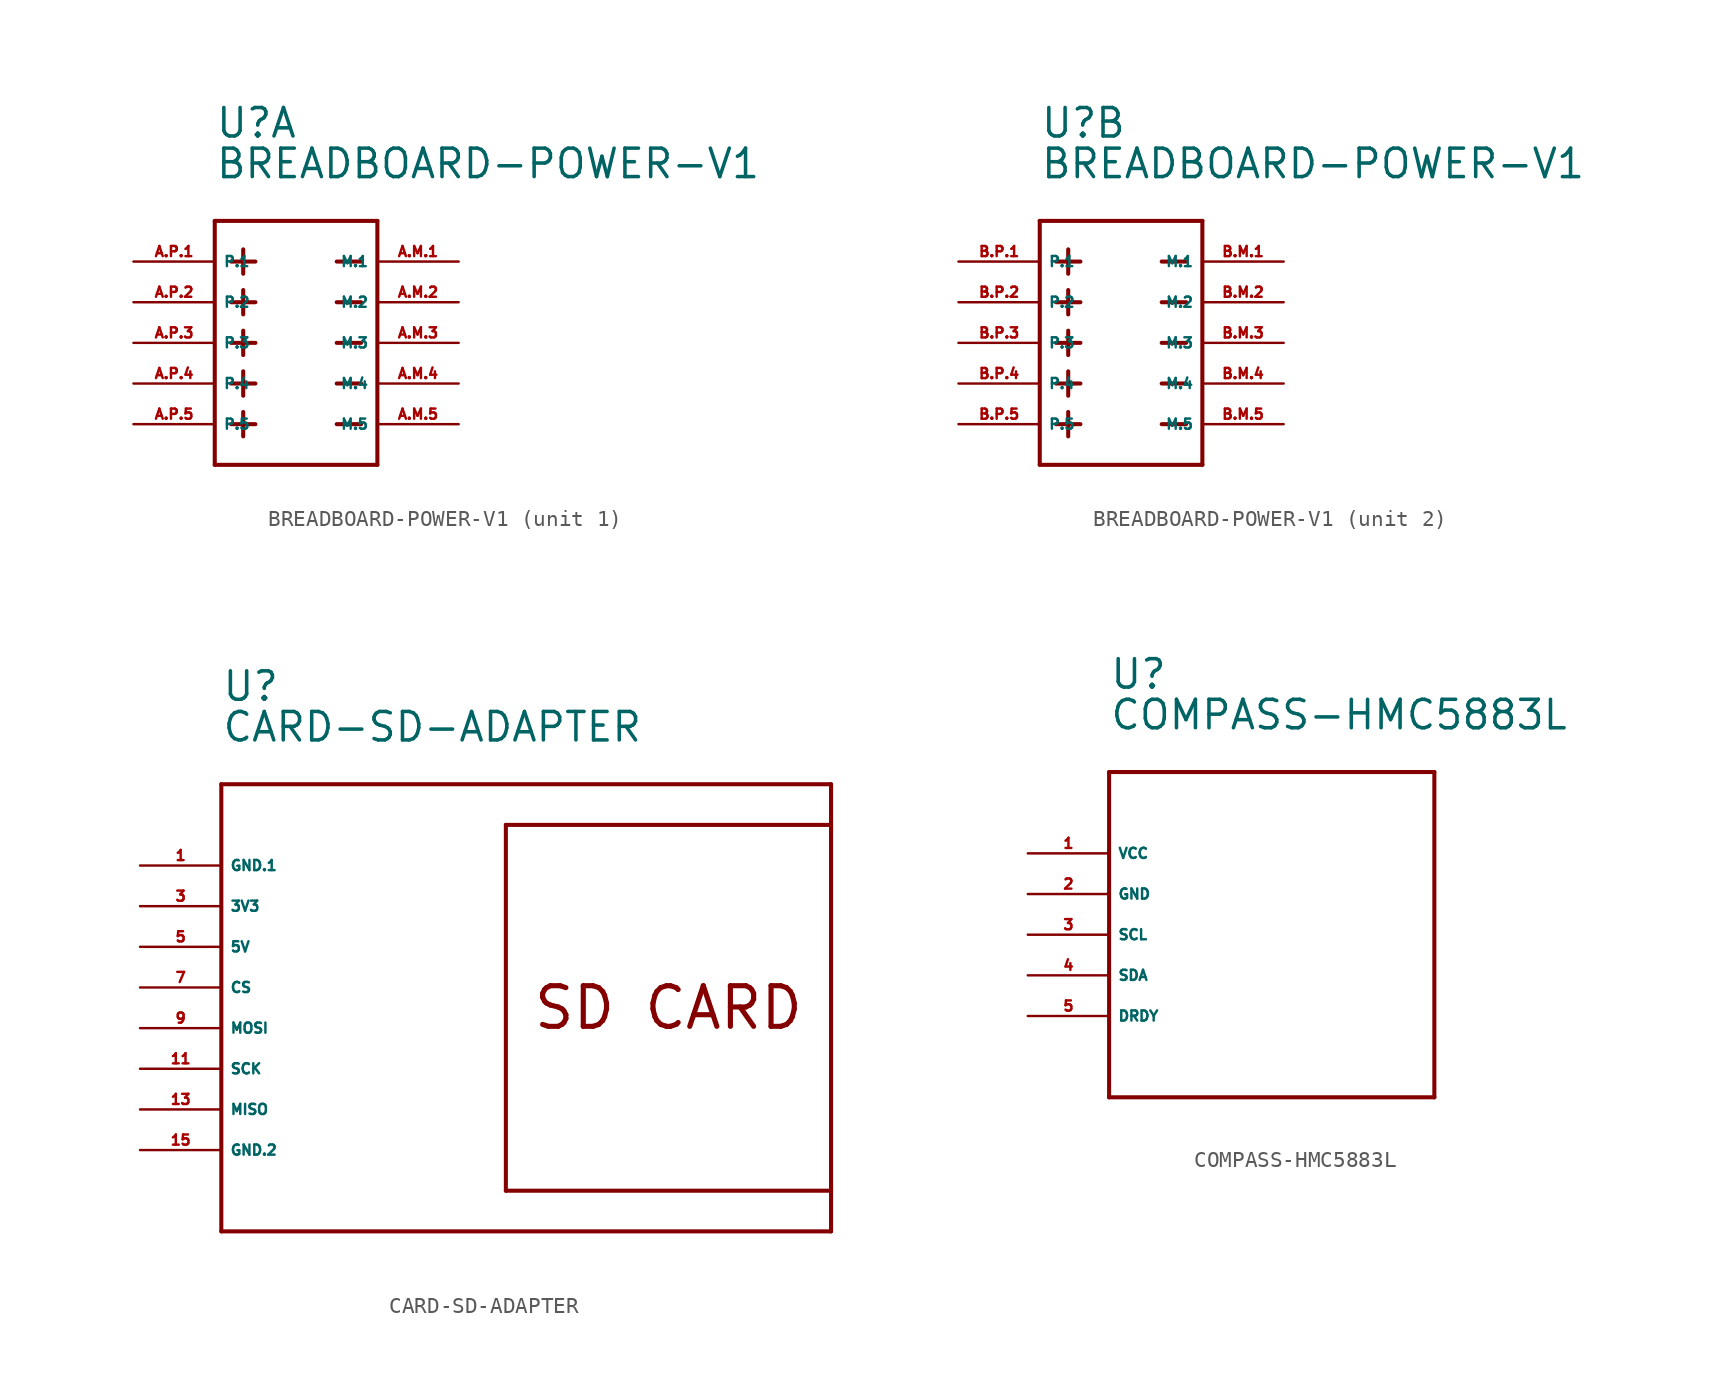
<source format=kicad_sym>
(kicad_symbol_lib
  (version 20220914)
  (generator Eagle2Kicad)
  (symbol "BREADBOARD-POWER-V1"
    (property "Reference" "U"
      (at -5.08 12.7 0)
      (effects (font (size 1.778 1.778) (thickness 0.22)) (justify left bottom)))
    (property "Value" "BREADBOARD-POWER-V1"
      (at -5.08 10.16 0)
      (effects (font (size 1.778 1.778) (thickness 0.22)) (justify left bottom)))
    (symbol "BREADBOARD-POWER-V1_1_0"
      (polyline (pts (xy -5.08 7.62) (xy -5.08 -7.62)) (stroke (width 0.254) (type default)) (fill (type none)))
      (polyline (pts (xy -5.08 -7.62) (xy 5.08 -7.62)) (stroke (width 0.254) (type default)) (fill (type none)))
      (polyline (pts (xy 5.08 -7.62) (xy 5.08 7.62)) (stroke (width 0.254) (type default)) (fill (type none)))
      (polyline (pts (xy 5.08 7.62) (xy -5.08 7.62)) (stroke (width 0.254) (type default)) (fill (type none)))
      (polyline (pts (xy -2.54 5.08) (xy -4.064 5.08)) (stroke (width 0.254) (type default)) (fill (type none)))
      (polyline (pts (xy -3.302 4.318) (xy -3.302 5.842)) (stroke (width 0.254) (type default)) (fill (type none)))
      (polyline (pts (xy -2.54 2.54) (xy -4.064 2.54)) (stroke (width 0.254) (type default)) (fill (type none)))
      (polyline (pts (xy -3.302 1.778) (xy -3.302 3.302)) (stroke (width 0.254) (type default)) (fill (type none)))
      (polyline (pts (xy -2.54 0) (xy -4.064 0)) (stroke (width 0.254) (type default)) (fill (type none)))
      (polyline (pts (xy -3.302 -0.762) (xy -3.302 0.762)) (stroke (width 0.254) (type default)) (fill (type none)))
      (polyline (pts (xy -2.54 -2.54) (xy -4.064 -2.54)) (stroke (width 0.254) (type default)) (fill (type none)))
      (polyline (pts (xy -3.302 -3.302) (xy -3.302 -1.778)) (stroke (width 0.254) (type default)) (fill (type none)))
      (polyline (pts (xy -2.54 -5.08) (xy -4.064 -5.08)) (stroke (width 0.254) (type default)) (fill (type none)))
      (polyline (pts (xy -3.302 -5.842) (xy -3.302 -4.318)) (stroke (width 0.254) (type default)) (fill (type none)))
      (polyline (pts (xy 2.54 5.08) (xy 4.064 5.08)) (stroke (width 0.254) (type default)) (fill (type none)))
      (polyline (pts (xy 2.54 2.54) (xy 4.064 2.54)) (stroke (width 0.254) (type default)) (fill (type none)))
      (polyline (pts (xy 2.54 0) (xy 4.064 0)) (stroke (width 0.254) (type default)) (fill (type none)))
      (polyline (pts (xy 2.54 -2.54) (xy 4.064 -2.54)) (stroke (width 0.254) (type default)) (fill (type none)))
      (polyline (pts (xy 2.54 -5.08) (xy 4.064 -5.08)) (stroke (width 0.254) (type default)) (fill (type none)))
      (pin bidirectional line (at -10.16 5.08 0) (length 5.08) (name "P.1" (effects (font (size 0.635 0.635) (thickness 0.08)) (justify left bottom))) (number "A.P.1" (effects (font (size 0.635 0.635) (thickness 0.08)) (justify left bottom))))
      (pin bidirectional line (at -10.16 2.54 0) (length 5.08) (name "P.2" (effects (font (size 0.635 0.635) (thickness 0.08)) (justify left bottom))) (number "A.P.2" (effects (font (size 0.635 0.635) (thickness 0.08)) (justify left bottom))))
      (pin bidirectional line (at -10.16 0 0) (length 5.08) (name "P.3" (effects (font (size 0.635 0.635) (thickness 0.08)) (justify left bottom))) (number "A.P.3" (effects (font (size 0.635 0.635) (thickness 0.08)) (justify left bottom))))
      (pin bidirectional line (at -10.16 -2.54 0) (length 5.08) (name "P.4" (effects (font (size 0.635 0.635) (thickness 0.08)) (justify left bottom))) (number "A.P.4" (effects (font (size 0.635 0.635) (thickness 0.08)) (justify left bottom))))
      (pin bidirectional line (at -10.16 -5.08 0) (length 5.08) (name "P.5" (effects (font (size 0.635 0.635) (thickness 0.08)) (justify left bottom))) (number "A.P.5" (effects (font (size 0.635 0.635) (thickness 0.08)) (justify left bottom))))
      (pin bidirectional line (at 10.16 5.08 180) (length 5.08) (name "M.1" (effects (font (size 0.635 0.635) (thickness 0.08)) (justify left bottom))) (number "A.M.1" (effects (font (size 0.635 0.635) (thickness 0.08)) (justify left bottom))))
      (pin bidirectional line (at 10.16 2.54 180) (length 5.08) (name "M.2" (effects (font (size 0.635 0.635) (thickness 0.08)) (justify left bottom))) (number "A.M.2" (effects (font (size 0.635 0.635) (thickness 0.08)) (justify left bottom))))
      (pin bidirectional line (at 10.16 0 180) (length 5.08) (name "M.3" (effects (font (size 0.635 0.635) (thickness 0.08)) (justify left bottom))) (number "A.M.3" (effects (font (size 0.635 0.635) (thickness 0.08)) (justify left bottom))))
      (pin bidirectional line (at 10.16 -2.54 180) (length 5.08) (name "M.4" (effects (font (size 0.635 0.635) (thickness 0.08)) (justify left bottom))) (number "A.M.4" (effects (font (size 0.635 0.635) (thickness 0.08)) (justify left bottom))))
      (pin bidirectional line (at 10.16 -5.08 180) (length 5.08) (name "M.5" (effects (font (size 0.635 0.635) (thickness 0.08)) (justify left bottom))) (number "A.M.5" (effects (font (size 0.635 0.635) (thickness 0.08)) (justify left bottom)))))
    (symbol "BREADBOARD-POWER-V1_2_0"
      (polyline (pts (xy -5.08 7.62) (xy -5.08 -7.62)) (stroke (width 0.254) (type default)) (fill (type none)))
      (polyline (pts (xy -5.08 -7.62) (xy 5.08 -7.62)) (stroke (width 0.254) (type default)) (fill (type none)))
      (polyline (pts (xy 5.08 -7.62) (xy 5.08 7.62)) (stroke (width 0.254) (type default)) (fill (type none)))
      (polyline (pts (xy 5.08 7.62) (xy -5.08 7.62)) (stroke (width 0.254) (type default)) (fill (type none)))
      (polyline (pts (xy -2.54 5.08) (xy -4.064 5.08)) (stroke (width 0.254) (type default)) (fill (type none)))
      (polyline (pts (xy -3.302 4.318) (xy -3.302 5.842)) (stroke (width 0.254) (type default)) (fill (type none)))
      (polyline (pts (xy -2.54 2.54) (xy -4.064 2.54)) (stroke (width 0.254) (type default)) (fill (type none)))
      (polyline (pts (xy -3.302 1.778) (xy -3.302 3.302)) (stroke (width 0.254) (type default)) (fill (type none)))
      (polyline (pts (xy -2.54 0) (xy -4.064 0)) (stroke (width 0.254) (type default)) (fill (type none)))
      (polyline (pts (xy -3.302 -0.762) (xy -3.302 0.762)) (stroke (width 0.254) (type default)) (fill (type none)))
      (polyline (pts (xy -2.54 -2.54) (xy -4.064 -2.54)) (stroke (width 0.254) (type default)) (fill (type none)))
      (polyline (pts (xy -3.302 -3.302) (xy -3.302 -1.778)) (stroke (width 0.254) (type default)) (fill (type none)))
      (polyline (pts (xy -2.54 -5.08) (xy -4.064 -5.08)) (stroke (width 0.254) (type default)) (fill (type none)))
      (polyline (pts (xy -3.302 -5.842) (xy -3.302 -4.318)) (stroke (width 0.254) (type default)) (fill (type none)))
      (polyline (pts (xy 2.54 5.08) (xy 4.064 5.08)) (stroke (width 0.254) (type default)) (fill (type none)))
      (polyline (pts (xy 2.54 2.54) (xy 4.064 2.54)) (stroke (width 0.254) (type default)) (fill (type none)))
      (polyline (pts (xy 2.54 0) (xy 4.064 0)) (stroke (width 0.254) (type default)) (fill (type none)))
      (polyline (pts (xy 2.54 -2.54) (xy 4.064 -2.54)) (stroke (width 0.254) (type default)) (fill (type none)))
      (polyline (pts (xy 2.54 -5.08) (xy 4.064 -5.08)) (stroke (width 0.254) (type default)) (fill (type none)))
      (pin bidirectional line (at -10.16 5.08 0) (length 5.08) (name "P.1" (effects (font (size 0.635 0.635) (thickness 0.08)) (justify left bottom))) (number "B.P.1" (effects (font (size 0.635 0.635) (thickness 0.08)) (justify left bottom))))
      (pin bidirectional line (at -10.16 2.54 0) (length 5.08) (name "P.2" (effects (font (size 0.635 0.635) (thickness 0.08)) (justify left bottom))) (number "B.P.2" (effects (font (size 0.635 0.635) (thickness 0.08)) (justify left bottom))))
      (pin bidirectional line (at -10.16 0 0) (length 5.08) (name "P.3" (effects (font (size 0.635 0.635) (thickness 0.08)) (justify left bottom))) (number "B.P.3" (effects (font (size 0.635 0.635) (thickness 0.08)) (justify left bottom))))
      (pin bidirectional line (at -10.16 -2.54 0) (length 5.08) (name "P.4" (effects (font (size 0.635 0.635) (thickness 0.08)) (justify left bottom))) (number "B.P.4" (effects (font (size 0.635 0.635) (thickness 0.08)) (justify left bottom))))
      (pin bidirectional line (at -10.16 -5.08 0) (length 5.08) (name "P.5" (effects (font (size 0.635 0.635) (thickness 0.08)) (justify left bottom))) (number "B.P.5" (effects (font (size 0.635 0.635) (thickness 0.08)) (justify left bottom))))
      (pin bidirectional line (at 10.16 5.08 180) (length 5.08) (name "M.1" (effects (font (size 0.635 0.635) (thickness 0.08)) (justify left bottom))) (number "B.M.1" (effects (font (size 0.635 0.635) (thickness 0.08)) (justify left bottom))))
      (pin bidirectional line (at 10.16 2.54 180) (length 5.08) (name "M.2" (effects (font (size 0.635 0.635) (thickness 0.08)) (justify left bottom))) (number "B.M.2" (effects (font (size 0.635 0.635) (thickness 0.08)) (justify left bottom))))
      (pin bidirectional line (at 10.16 0 180) (length 5.08) (name "M.3" (effects (font (size 0.635 0.635) (thickness 0.08)) (justify left bottom))) (number "B.M.3" (effects (font (size 0.635 0.635) (thickness 0.08)) (justify left bottom))))
      (pin bidirectional line (at 10.16 -2.54 180) (length 5.08) (name "M.4" (effects (font (size 0.635 0.635) (thickness 0.08)) (justify left bottom))) (number "B.M.4" (effects (font (size 0.635 0.635) (thickness 0.08)) (justify left bottom))))
      (pin bidirectional line (at 10.16 -5.08 180) (length 5.08) (name "M.5" (effects (font (size 0.635 0.635) (thickness 0.08)) (justify left bottom))) (number "B.M.5" (effects (font (size 0.635 0.635) (thickness 0.08)) (justify left bottom))))))
  (symbol "CARD-SD-ADAPTER"
    (property "Reference" "U"
      (at -17.78 20.32 0)
      (effects (font (size 1.778 1.778) (thickness 0.22)) (justify left bottom)))
    (property "Value" "CARD-SD-ADAPTER"
      (at -17.78 17.78 0)
      (effects (font (size 1.778 1.778) (thickness 0.22)) (justify left bottom)))
    (polyline
      (pts (xy -17.78 15.24) (xy 20.32 15.24))
      (stroke (width 0.254) (type default))
      (fill (type none)))
    (polyline
      (pts (xy 20.32 15.24) (xy 20.32 12.7))
      (stroke (width 0.254) (type default))
      (fill (type none)))
    (polyline
      (pts (xy 20.32 12.7) (xy 20.32 -10.16))
      (stroke (width 0.254) (type default))
      (fill (type none)))
    (polyline
      (pts (xy 20.32 -10.16) (xy 20.32 -12.7))
      (stroke (width 0.254) (type default))
      (fill (type none)))
    (polyline
      (pts (xy 20.32 -12.7) (xy -17.78 -12.7))
      (stroke (width 0.254) (type default))
      (fill (type none)))
    (polyline
      (pts (xy -17.78 -12.7) (xy -17.78 15.24))
      (stroke (width 0.254) (type default))
      (fill (type none)))
    (polyline
      (pts (xy 20.32 12.7) (xy 0 12.7))
      (stroke (width 0.254) (type default))
      (fill (type none)))
    (polyline
      (pts (xy 0 12.7) (xy 0 -10.16))
      (stroke (width 0.254) (type default))
      (fill (type none)))
    (polyline
      (pts (xy 0 -10.16) (xy 20.32 -10.16))
      (stroke (width 0.254) (type default))
      (fill (type none)))
    (text "SD CARD"
      (at 10.16 1.27 0)
      (effects (font (size 2.54 2.54) (thickness 0.32))))
    (pin unspecified line
      (at -22.86 10.16 0)
      (length 5.08)
      (name "GND.1" (effects (font (size 0.635 0.635) (thickness 0.08)) (justify left bottom)))
      (number "1" (effects (font (size 0.635 0.635) (thickness 0.08)) (justify left bottom))))
    (pin unspecified line
      (at -22.86 7.62 0)
      (length 5.08)
      (name "3V3" (effects (font (size 0.635 0.635) (thickness 0.08)) (justify left bottom)))
      (number "3" (effects (font (size 0.635 0.635) (thickness 0.08)) (justify left bottom))))
    (pin unspecified line
      (at -22.86 5.08 0)
      (length 5.08)
      (name "5V" (effects (font (size 0.635 0.635) (thickness 0.08)) (justify left bottom)))
      (number "5" (effects (font (size 0.635 0.635) (thickness 0.08)) (justify left bottom))))
    (pin bidirectional line
      (at -22.86 2.54 0)
      (length 5.08)
      (name "CS" (effects (font (size 0.635 0.635) (thickness 0.08)) (justify left bottom)))
      (number "7" (effects (font (size 0.635 0.635) (thickness 0.08)) (justify left bottom))))
    (pin bidirectional line
      (at -22.86 0 0)
      (length 5.08)
      (name "MOSI" (effects (font (size 0.635 0.635) (thickness 0.08)) (justify left bottom)))
      (number "9" (effects (font (size 0.635 0.635) (thickness 0.08)) (justify left bottom))))
    (pin bidirectional line
      (at -22.86 -2.54 0)
      (length 5.08)
      (name "SCK" (effects (font (size 0.635 0.635) (thickness 0.08)) (justify left bottom)))
      (number "11" (effects (font (size 0.635 0.635) (thickness 0.08)) (justify left bottom))))
    (pin bidirectional line
      (at -22.86 -5.08 0)
      (length 5.08)
      (name "MISO" (effects (font (size 0.635 0.635) (thickness 0.08)) (justify left bottom)))
      (number "13" (effects (font (size 0.635 0.635) (thickness 0.08)) (justify left bottom))))
    (pin unspecified line
      (at -22.86 -7.62 0)
      (length 5.08)
      (name "GND.2" (effects (font (size 0.635 0.635) (thickness 0.08)) (justify left bottom)))
      (number "15" (effects (font (size 0.635 0.635) (thickness 0.08)) (justify left bottom)))))
  (symbol "COMPASS-HMC5883L"
    (property "Reference" "U"
      (at -10.16 15.24 0)
      (effects (font (size 1.778 1.778) (thickness 0.22)) (justify left bottom)))
    (property "Value" "COMPASS-HMC5883L"
      (at -10.16 12.7 0)
      (effects (font (size 1.778 1.778) (thickness 0.22)) (justify left bottom)))
    (polyline
      (pts (xy -10.16 10.16) (xy 10.16 10.16))
      (stroke (width 0.254) (type default))
      (fill (type none)))
    (polyline
      (pts (xy 10.16 10.16) (xy 10.16 -10.16))
      (stroke (width 0.254) (type default))
      (fill (type none)))
    (polyline
      (pts (xy 10.16 -10.16) (xy -10.16 -10.16))
      (stroke (width 0.254) (type default))
      (fill (type none)))
    (polyline
      (pts (xy -10.16 -10.16) (xy -10.16 10.16))
      (stroke (width 0.254) (type default))
      (fill (type none)))
    (pin unspecified line
      (at -15.24 5.08 0)
      (length 5.08)
      (name "VCC" (effects (font (size 0.635 0.635) (thickness 0.08)) (justify left bottom)))
      (number "1" (effects (font (size 0.635 0.635) (thickness 0.08)) (justify left bottom))))
    (pin unspecified line
      (at -15.24 2.54 0)
      (length 5.08)
      (name "GND" (effects (font (size 0.635 0.635) (thickness 0.08)) (justify left bottom)))
      (number "2" (effects (font (size 0.635 0.635) (thickness 0.08)) (justify left bottom))))
    (pin bidirectional line
      (at -15.24 0 0)
      (length 5.08)
      (name "SCL" (effects (font (size 0.635 0.635) (thickness 0.08)) (justify left bottom)))
      (number "3" (effects (font (size 0.635 0.635) (thickness 0.08)) (justify left bottom))))
    (pin bidirectional line
      (at -15.24 -2.54 0)
      (length 5.08)
      (name "SDA" (effects (font (size 0.635 0.635) (thickness 0.08)) (justify left bottom)))
      (number "4" (effects (font (size 0.635 0.635) (thickness 0.08)) (justify left bottom))))
    (pin bidirectional line
      (at -15.24 -5.08 0)
      (length 5.08)
      (name "DRDY" (effects (font (size 0.635 0.635) (thickness 0.08)) (justify left bottom)))
      (number "5" (effects (font (size 0.635 0.635) (thickness 0.08)) (justify left bottom))))))
</source>
